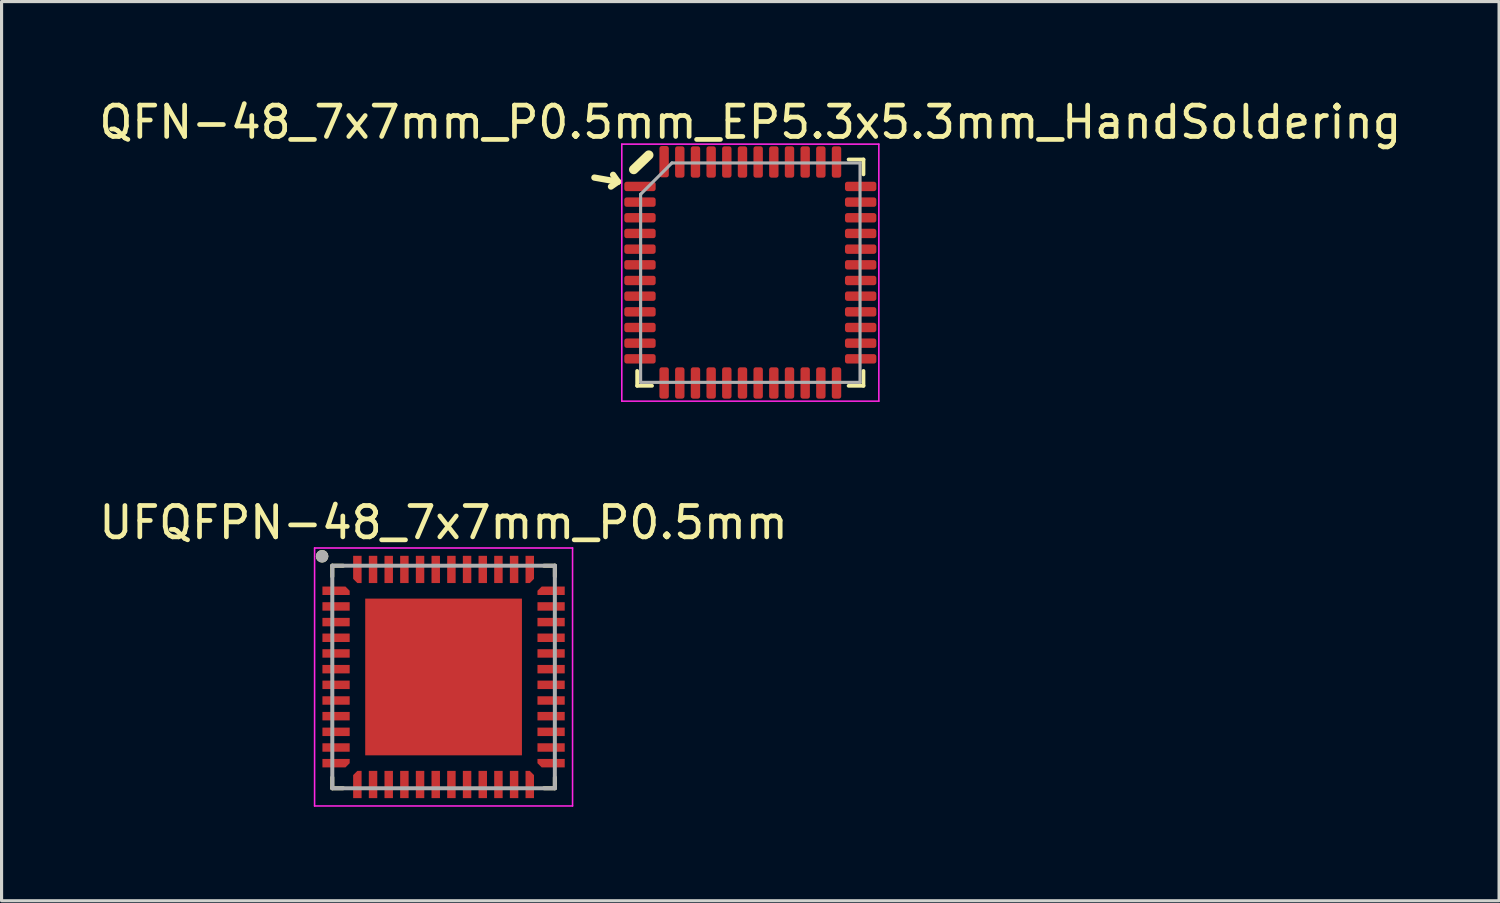
<source format=kicad_pcb>
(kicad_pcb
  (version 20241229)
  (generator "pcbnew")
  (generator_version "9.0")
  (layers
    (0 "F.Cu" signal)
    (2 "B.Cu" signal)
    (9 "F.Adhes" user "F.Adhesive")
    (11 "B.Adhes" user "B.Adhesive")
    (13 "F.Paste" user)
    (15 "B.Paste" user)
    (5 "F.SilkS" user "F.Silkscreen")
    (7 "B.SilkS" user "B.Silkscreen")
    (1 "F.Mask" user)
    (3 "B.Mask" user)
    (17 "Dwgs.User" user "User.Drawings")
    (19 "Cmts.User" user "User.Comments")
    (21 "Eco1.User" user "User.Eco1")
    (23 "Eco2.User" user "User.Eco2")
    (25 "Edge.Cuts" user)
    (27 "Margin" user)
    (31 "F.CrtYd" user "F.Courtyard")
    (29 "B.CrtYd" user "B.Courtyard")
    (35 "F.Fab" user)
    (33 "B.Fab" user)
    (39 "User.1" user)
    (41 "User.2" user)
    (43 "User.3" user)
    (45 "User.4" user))
  (footprint "QFN-48_7x7mm_P0.5mm_EP5.3x5.3mm_HandSoldering"
    (layer "F.Cu")
    (at 20.887 5.648)
    (property "Reference" "QFN-48_7x7mm_P0.5mm_EP5.3x5.3mm_HandSoldering" (at 0 -4.8 0) (layer "F.SilkS") (effects (font (size 1 1) (thickness 0.15))))
    (attr smd)
    (fp_line (start -3.61 3.61) (end -3.61 3.135) (stroke (width 0.12) (type solid)) (layer "F.SilkS"))
    (fp_line (start -3.24 -3.75) (end -3.72 -3.29) (stroke (width 0.3) (type solid)) (layer "F.SilkS"))
    (fp_line (start -3.135 3.61) (end -3.61 3.61) (stroke (width 0.12) (type solid)) (layer "F.SilkS"))
    (fp_line (start 3.135 -3.61) (end 3.61 -3.61) (stroke (width 0.12) (type solid)) (layer "F.SilkS"))
    (fp_line (start 3.135 3.61) (end 3.61 3.61) (stroke (width 0.12) (type solid)) (layer "F.SilkS"))
    (fp_line (start 3.61 -3.61) (end 3.61 -3.135) (stroke (width 0.12) (type solid)) (layer "F.SilkS"))
    (fp_line (start 3.61 3.61) (end 3.61 3.135) (stroke (width 0.12) (type solid)) (layer "F.SilkS"))
    (fp_line (start -4.1 -4.1) (end -4.1 4.1) (stroke (width 0.05) (type solid)) (layer "F.CrtYd"))
    (fp_line (start -4.1 4.1) (end 4.1 4.1) (stroke (width 0.05) (type solid)) (layer "F.CrtYd"))
    (fp_line (start 4.1 -4.1) (end -4.1 -4.1) (stroke (width 0.05) (type solid)) (layer "F.CrtYd"))
    (fp_line (start 4.1 4.1) (end 4.1 -4.1) (stroke (width 0.05) (type solid)) (layer "F.CrtYd"))
    (fp_line (start -3.5 -2.5) (end -2.5 -3.5) (stroke (width 0.1) (type solid)) (layer "F.Fab"))
    (fp_line (start -3.5 3.5) (end -3.5 -2.5) (stroke (width 0.1) (type solid)) (layer "F.Fab"))
    (fp_line (start -2.5 -3.5) (end 3.5 -3.5) (stroke (width 0.1) (type solid)) (layer "F.Fab"))
    (fp_line (start 3.5 -3.5) (end 3.5 3.5) (stroke (width 0.1) (type solid)) (layer "F.Fab"))
    (fp_line (start 3.5 3.5) (end -3.5 3.5) (stroke (width 0.1) (type solid)) (layer "F.Fab"))
    (fp_text user "↓" (at -4.8 -2.24 80) (layer "F.SilkS") (effects (font (size 1 1) (thickness 0.2)) (justify left)))
    (pad "1" smd roundrect (at -3.52 -2.75) (size 1 0.3) (layers "F.Cu" "F.Mask" "F.Paste") (roundrect_rratio 0.25))
    (pad "2" smd roundrect (at -3.52 -2.25) (size 1 0.3) (layers "F.Cu" "F.Mask" "F.Paste") (roundrect_rratio 0.25))
    (pad "3" smd roundrect (at -3.52 -1.75) (size 1 0.3) (layers "F.Cu" "F.Mask" "F.Paste") (roundrect_rratio 0.25))
    (pad "4" smd roundrect (at -3.52 -1.25) (size 1 0.3) (layers "F.Cu" "F.Mask" "F.Paste") (roundrect_rratio 0.25))
    (pad "5" smd roundrect (at -3.52 -0.75) (size 1 0.3) (layers "F.Cu" "F.Mask" "F.Paste") (roundrect_rratio 0.25))
    (pad "6" smd roundrect (at -3.52 -0.25) (size 1 0.3) (layers "F.Cu" "F.Mask" "F.Paste") (roundrect_rratio 0.25))
    (pad "7" smd roundrect (at -3.52 0.25) (size 1 0.3) (layers "F.Cu" "F.Mask" "F.Paste") (roundrect_rratio 0.25))
    (pad "8" smd roundrect (at -3.52 0.75) (size 1 0.3) (layers "F.Cu" "F.Mask" "F.Paste") (roundrect_rratio 0.25))
    (pad "9" smd roundrect (at -3.52 1.25) (size 1 0.3) (layers "F.Cu" "F.Mask" "F.Paste") (roundrect_rratio 0.25))
    (pad "10" smd roundrect (at -3.52 1.75) (size 1 0.3) (layers "F.Cu" "F.Mask" "F.Paste") (roundrect_rratio 0.25))
    (pad "11" smd roundrect (at -3.52 2.25) (size 1 0.3) (layers "F.Cu" "F.Mask" "F.Paste") (roundrect_rratio 0.25))
    (pad "12" smd roundrect (at -3.52 2.75) (size 1 0.3) (layers "F.Cu" "F.Mask" "F.Paste") (roundrect_rratio 0.25))
    (pad "13" smd roundrect (at -2.75 3.52) (size 0.3 1) (layers "F.Cu" "F.Mask" "F.Paste") (roundrect_rratio 0.25))
    (pad "14" smd roundrect (at -2.25 3.52) (size 0.3 1) (layers "F.Cu" "F.Mask" "F.Paste") (roundrect_rratio 0.25))
    (pad "15" smd roundrect (at -1.75 3.52) (size 0.3 1) (layers "F.Cu" "F.Mask" "F.Paste") (roundrect_rratio 0.25))
    (pad "16" smd roundrect (at -1.25 3.52) (size 0.3 1) (layers "F.Cu" "F.Mask" "F.Paste") (roundrect_rratio 0.25))
    (pad "17" smd roundrect (at -0.75 3.52) (size 0.3 1) (layers "F.Cu" "F.Mask" "F.Paste") (roundrect_rratio 0.25))
    (pad "18" smd roundrect (at -0.25 3.52) (size 0.3 1) (layers "F.Cu" "F.Mask" "F.Paste") (roundrect_rratio 0.25))
    (pad "19" smd roundrect (at 0.25 3.52) (size 0.3 1) (layers "F.Cu" "F.Mask" "F.Paste") (roundrect_rratio 0.25))
    (pad "20" smd roundrect (at 0.75 3.52) (size 0.3 1) (layers "F.Cu" "F.Mask" "F.Paste") (roundrect_rratio 0.25))
    (pad "21" smd roundrect (at 1.25 3.52) (size 0.3 1) (layers "F.Cu" "F.Mask" "F.Paste") (roundrect_rratio 0.25))
    (pad "22" smd roundrect (at 1.75 3.52) (size 0.3 1) (layers "F.Cu" "F.Mask" "F.Paste") (roundrect_rratio 0.25))
    (pad "23" smd roundrect (at 2.25 3.52) (size 0.3 1) (layers "F.Cu" "F.Mask" "F.Paste") (roundrect_rratio 0.25))
    (pad "24" smd roundrect (at 2.75 3.52) (size 0.3 1) (layers "F.Cu" "F.Mask" "F.Paste") (roundrect_rratio 0.25))
    (pad "25" smd roundrect (at 3.52 2.75) (size 1 0.3) (layers "F.Cu" "F.Mask" "F.Paste") (roundrect_rratio 0.25))
    (pad "26" smd roundrect (at 3.52 2.25) (size 1 0.3) (layers "F.Cu" "F.Mask" "F.Paste") (roundrect_rratio 0.25))
    (pad "27" smd roundrect (at 3.52 1.75) (size 1 0.3) (layers "F.Cu" "F.Mask" "F.Paste") (roundrect_rratio 0.25))
    (pad "28" smd roundrect (at 3.52 1.25) (size 1 0.3) (layers "F.Cu" "F.Mask" "F.Paste") (roundrect_rratio 0.25))
    (pad "29" smd roundrect (at 3.52 0.75) (size 1 0.3) (layers "F.Cu" "F.Mask" "F.Paste") (roundrect_rratio 0.25))
    (pad "30" smd roundrect (at 3.52 0.25) (size 1 0.3) (layers "F.Cu" "F.Mask" "F.Paste") (roundrect_rratio 0.25))
    (pad "31" smd roundrect (at 3.52 -0.25) (size 1 0.3) (layers "F.Cu" "F.Mask" "F.Paste") (roundrect_rratio 0.25))
    (pad "32" smd roundrect (at 3.52 -0.75) (size 1 0.3) (layers "F.Cu" "F.Mask" "F.Paste") (roundrect_rratio 0.25))
    (pad "33" smd roundrect (at 3.52 -1.25) (size 1 0.3) (layers "F.Cu" "F.Mask" "F.Paste") (roundrect_rratio 0.25))
    (pad "34" smd roundrect (at 3.52 -1.75) (size 1 0.3) (layers "F.Cu" "F.Mask" "F.Paste") (roundrect_rratio 0.25))
    (pad "35" smd roundrect (at 3.52 -2.25) (size 1 0.3) (layers "F.Cu" "F.Mask" "F.Paste") (roundrect_rratio 0.25))
    (pad "36" smd roundrect (at 3.52 -2.75) (size 1 0.3) (layers "F.Cu" "F.Mask" "F.Paste") (roundrect_rratio 0.25))
    (pad "37" smd roundrect (at 2.75 -3.53) (size 0.3 1) (layers "F.Cu" "F.Mask" "F.Paste") (roundrect_rratio 0.25))
    (pad "38" smd roundrect (at 2.25 -3.53) (size 0.3 1) (layers "F.Cu" "F.Mask" "F.Paste") (roundrect_rratio 0.25))
    (pad "39" smd roundrect (at 1.75 -3.53) (size 0.3 1) (layers "F.Cu" "F.Mask" "F.Paste") (roundrect_rratio 0.25))
    (pad "40" smd roundrect (at 1.25 -3.53) (size 0.3 1) (layers "F.Cu" "F.Mask" "F.Paste") (roundrect_rratio 0.25))
    (pad "41" smd roundrect (at 0.75 -3.53) (size 0.3 1) (layers "F.Cu" "F.Mask" "F.Paste") (roundrect_rratio 0.25))
    (pad "42" smd roundrect (at 0.25 -3.53) (size 0.3 1) (layers "F.Cu" "F.Mask" "F.Paste") (roundrect_rratio 0.25))
    (pad "43" smd roundrect (at -0.25 -3.53) (size 0.3 1) (layers "F.Cu" "F.Mask" "F.Paste") (roundrect_rratio 0.25))
    (pad "44" smd roundrect (at -0.75 -3.53) (size 0.3 1) (layers "F.Cu" "F.Mask" "F.Paste") (roundrect_rratio 0.25))
    (pad "45" smd roundrect (at -1.25 -3.53) (size 0.3 1) (layers "F.Cu" "F.Mask" "F.Paste") (roundrect_rratio 0.25))
    (pad "46" smd roundrect (at -1.75 -3.53) (size 0.3 1) (layers "F.Cu" "F.Mask" "F.Paste") (roundrect_rratio 0.25))
    (pad "47" smd roundrect (at -2.25 -3.53) (size 0.3 1) (layers "F.Cu" "F.Mask" "F.Paste") (roundrect_rratio 0.25))
    (pad "48" smd roundrect (at -2.75 -3.54) (size 0.3 1) (layers "F.Cu" "F.Mask" "F.Paste") (roundrect_rratio 0.25)))
  (footprint "UFQFPN-48_7x7mm_P0.5mm"
    (layer "F.Cu")
    (at 11.101 18.547)
    (property "Reference" "UFQFPN-48_7x7mm_P0.5mm" (at 0 -4.925 0) (layer "F.SilkS") (effects (font (size 1 1) (thickness 0.15))))
    (attr through_hole)
    (fp_line (start -3.55 -3.55) (end -3.55 -3.205) (stroke (width 0.127) (type solid)) (layer "F.SilkS"))
    (fp_line (start -3.55 -3.55) (end -3.205 -3.55) (stroke (width 0.127) (type solid)) (layer "F.SilkS"))
    (fp_line (start -3.55 3.55) (end -3.55 3.205) (stroke (width 0.127) (type solid)) (layer "F.SilkS"))
    (fp_line (start -3.55 3.55) (end -3.205 3.55) (stroke (width 0.127) (type solid)) (layer "F.SilkS"))
    (fp_line (start 3.55 -3.55) (end 3.205 -3.55) (stroke (width 0.127) (type solid)) (layer "F.SilkS"))
    (fp_line (start 3.55 -3.55) (end 3.55 -3.205) (stroke (width 0.127) (type solid)) (layer "F.SilkS"))
    (fp_line (start 3.55 3.55) (end 3.205 3.55) (stroke (width 0.127) (type solid)) (layer "F.SilkS"))
    (fp_line (start 3.55 3.55) (end 3.55 3.205) (stroke (width 0.127) (type solid)) (layer "F.SilkS"))
    (fp_circle (center -3.875 -3.85) (end -3.775 -3.85) (stroke (width 0.2) (type solid)) (fill no) (layer "F.SilkS"))
    (fp_poly (pts (xy -2.29 -2.29) (xy -0.51 -2.29) (xy -0.51 -0.51) (xy -2.29 -0.51)) (stroke (width 0.01) (type solid)) (fill yes) (layer "F.Paste"))
    (fp_poly (pts (xy -2.29 0.51) (xy -0.51 0.51) (xy -0.51 2.29) (xy -2.29 2.29)) (stroke (width 0.01) (type solid)) (fill yes) (layer "F.Paste"))
    (fp_poly (pts (xy 0.51 -2.29) (xy 2.29 -2.29) (xy 2.29 -0.51) (xy 0.51 -0.51)) (stroke (width 0.01) (type solid)) (fill yes) (layer "F.Paste"))
    (fp_poly (pts (xy 0.51 0.51) (xy 2.29 0.51) (xy 2.29 2.29) (xy 0.51 2.29)) (stroke (width 0.01) (type solid)) (fill yes) (layer "F.Paste"))
    (fp_line (start -4.115 -4.115) (end 4.115 -4.115) (stroke (width 0.05) (type solid)) (layer "F.CrtYd"))
    (fp_line (start -4.115 4.115) (end -4.115 -4.115) (stroke (width 0.05) (type solid)) (layer "F.CrtYd"))
    (fp_line (start -4.115 4.115) (end 4.115 4.115) (stroke (width 0.05) (type solid)) (layer "F.CrtYd"))
    (fp_line (start 4.115 4.115) (end 4.115 -4.115) (stroke (width 0.05) (type solid)) (layer "F.CrtYd"))
    (fp_line (start -3.55 3.55) (end -3.55 -3.55) (stroke (width 0.127) (type solid)) (layer "F.Fab"))
    (fp_line (start 3.55 -3.55) (end -3.55 -3.55) (stroke (width 0.127) (type solid)) (layer "F.Fab"))
    (fp_line (start 3.55 3.55) (end -3.55 3.55) (stroke (width 0.127) (type solid)) (layer "F.Fab"))
    (fp_line (start 3.55 3.55) (end 3.55 -3.55) (stroke (width 0.127) (type solid)) (layer "F.Fab"))
    (fp_circle (center -3.875 -3.85) (end -3.775 -3.85) (stroke (width 0.2) (type solid)) (fill no) (layer "F.Fab"))
    (pad "1" smd roundrect (at -3.43 -2.75) (size 0.87 0.27) (layers "F.Cu" "F.Mask" "F.Paste") (roundrect_rratio 0) (chamfer_ratio 0.5) (chamfer top_right))
    (pad "2" smd roundrect (at -3.43 -2.25) (size 0.87 0.27) (layers "F.Cu" "F.Mask" "F.Paste") (roundrect_rratio 0.03))
    (pad "3" smd roundrect (at -3.43 -1.75) (size 0.87 0.27) (layers "F.Cu" "F.Mask" "F.Paste") (roundrect_rratio 0.03))
    (pad "4" smd roundrect (at -3.43 -1.25) (size 0.87 0.27) (layers "F.Cu" "F.Mask" "F.Paste") (roundrect_rratio 0.03))
    (pad "5" smd roundrect (at -3.43 -0.75) (size 0.87 0.27) (layers "F.Cu" "F.Mask" "F.Paste") (roundrect_rratio 0.03))
    (pad "6" smd roundrect (at -3.43 -0.25) (size 0.87 0.27) (layers "F.Cu" "F.Mask" "F.Paste") (roundrect_rratio 0.03))
    (pad "7" smd roundrect (at -3.43 0.25) (size 0.87 0.27) (layers "F.Cu" "F.Mask" "F.Paste") (roundrect_rratio 0.03))
    (pad "8" smd roundrect (at -3.43 0.75) (size 0.87 0.27) (layers "F.Cu" "F.Mask" "F.Paste") (roundrect_rratio 0.03))
    (pad "9" smd roundrect (at -3.43 1.25) (size 0.87 0.27) (layers "F.Cu" "F.Mask" "F.Paste") (roundrect_rratio 0.03))
    (pad "10" smd roundrect (at -3.43 1.75) (size 0.87 0.27) (layers "F.Cu" "F.Mask" "F.Paste") (roundrect_rratio 0.03))
    (pad "11" smd roundrect (at -3.43 2.25) (size 0.87 0.27) (layers "F.Cu" "F.Mask" "F.Paste") (roundrect_rratio 0.03))
    (pad "12" smd roundrect (at -3.43 2.75) (size 0.87 0.27) (layers "F.Cu" "F.Mask" "F.Paste") (roundrect_rratio 0) (chamfer_ratio 0.5) (chamfer bottom_right))
    (pad "13" smd roundrect (at -2.75 3.43 90) (size 0.87 0.27) (layers "F.Cu" "F.Mask" "F.Paste") (roundrect_rratio 0) (chamfer_ratio 0.5) (chamfer top_right))
    (pad "14" smd roundrect (at -2.25 3.43 90) (size 0.87 0.27) (layers "F.Cu" "F.Mask" "F.Paste") (roundrect_rratio 0.03))
    (pad "15" smd roundrect (at -1.75 3.43 90) (size 0.87 0.27) (layers "F.Cu" "F.Mask" "F.Paste") (roundrect_rratio 0.03))
    (pad "16" smd roundrect (at -1.25 3.43 90) (size 0.87 0.27) (layers "F.Cu" "F.Mask" "F.Paste") (roundrect_rratio 0.03))
    (pad "17" smd roundrect (at -0.75 3.43 90) (size 0.87 0.27) (layers "F.Cu" "F.Mask" "F.Paste") (roundrect_rratio 0.03))
    (pad "18" smd roundrect (at -0.25 3.43 90) (size 0.87 0.27) (layers "F.Cu" "F.Mask" "F.Paste") (roundrect_rratio 0.03))
    (pad "19" smd roundrect (at 0.25 3.43 90) (size 0.87 0.27) (layers "F.Cu" "F.Mask" "F.Paste") (roundrect_rratio 0.03))
    (pad "20" smd roundrect (at 0.75 3.43 90) (size 0.87 0.27) (layers "F.Cu" "F.Mask" "F.Paste") (roundrect_rratio 0.03))
    (pad "21" smd roundrect (at 1.25 3.43 90) (size 0.87 0.27) (layers "F.Cu" "F.Mask" "F.Paste") (roundrect_rratio 0.03))
    (pad "22" smd roundrect (at 1.75 3.43 90) (size 0.87 0.27) (layers "F.Cu" "F.Mask" "F.Paste") (roundrect_rratio 0.03))
    (pad "23" smd roundrect (at 2.25 3.43 90) (size 0.87 0.27) (layers "F.Cu" "F.Mask" "F.Paste") (roundrect_rratio 0.03))
    (pad "24" smd roundrect (at 2.75 3.43 90) (size 0.87 0.27) (layers "F.Cu" "F.Mask" "F.Paste") (roundrect_rratio 0) (chamfer_ratio 0.5) (chamfer bottom_right))
    (pad "25" smd roundrect (at 3.43 2.75) (size 0.87 0.27) (layers "F.Cu" "F.Mask" "F.Paste") (roundrect_rratio 0) (chamfer_ratio 0.5) (chamfer bottom_left))
    (pad "26" smd roundrect (at 3.43 2.25) (size 0.87 0.27) (layers "F.Cu" "F.Mask" "F.Paste") (roundrect_rratio 0.03))
    (pad "27" smd roundrect (at 3.43 1.75) (size 0.87 0.27) (layers "F.Cu" "F.Mask" "F.Paste") (roundrect_rratio 0.03))
    (pad "28" smd roundrect (at 3.43 1.25) (size 0.87 0.27) (layers "F.Cu" "F.Mask" "F.Paste") (roundrect_rratio 0.03))
    (pad "29" smd roundrect (at 3.43 0.75) (size 0.87 0.27) (layers "F.Cu" "F.Mask" "F.Paste") (roundrect_rratio 0.03))
    (pad "30" smd roundrect (at 3.43 0.25) (size 0.87 0.27) (layers "F.Cu" "F.Mask" "F.Paste") (roundrect_rratio 0.03))
    (pad "31" smd roundrect (at 3.43 -0.25) (size 0.87 0.27) (layers "F.Cu" "F.Mask" "F.Paste") (roundrect_rratio 0.03))
    (pad "32" smd roundrect (at 3.43 -0.75) (size 0.87 0.27) (layers "F.Cu" "F.Mask" "F.Paste") (roundrect_rratio 0.03))
    (pad "33" smd roundrect (at 3.43 -1.25) (size 0.87 0.27) (layers "F.Cu" "F.Mask" "F.Paste") (roundrect_rratio 0.03))
    (pad "34" smd roundrect (at 3.43 -1.75) (size 0.87 0.27) (layers "F.Cu" "F.Mask" "F.Paste") (roundrect_rratio 0.03))
    (pad "35" smd roundrect (at 3.43 -2.25) (size 0.87 0.27) (layers "F.Cu" "F.Mask" "F.Paste") (roundrect_rratio 0.03))
    (pad "36" smd roundrect (at 3.43 -2.75) (size 0.87 0.27) (layers "F.Cu" "F.Mask" "F.Paste") (roundrect_rratio 0) (chamfer_ratio 0.5) (chamfer top_left))
    (pad "37" smd roundrect (at 2.75 -3.43 90) (size 0.87 0.27) (layers "F.Cu" "F.Mask" "F.Paste") (roundrect_rratio 0) (chamfer_ratio 0.5) (chamfer bottom_left))
    (pad "38" smd roundrect (at 2.25 -3.43 90) (size 0.87 0.27) (layers "F.Cu" "F.Mask" "F.Paste") (roundrect_rratio 0.03))
    (pad "39" smd roundrect (at 1.75 -3.43 90) (size 0.87 0.27) (layers "F.Cu" "F.Mask" "F.Paste") (roundrect_rratio 0.03))
    (pad "40" smd roundrect (at 1.25 -3.43 90) (size 0.87 0.27) (layers "F.Cu" "F.Mask" "F.Paste") (roundrect_rratio 0.03))
    (pad "41" smd roundrect (at 0.75 -3.43 90) (size 0.87 0.27) (layers "F.Cu" "F.Mask" "F.Paste") (roundrect_rratio 0.03))
    (pad "42" smd roundrect (at 0.25 -3.43 90) (size 0.87 0.27) (layers "F.Cu" "F.Mask" "F.Paste") (roundrect_rratio 0.03))
    (pad "43" smd roundrect (at -0.25 -3.43 90) (size 0.87 0.27) (layers "F.Cu" "F.Mask" "F.Paste") (roundrect_rratio 0.03))
    (pad "44" smd roundrect (at -0.75 -3.43 90) (size 0.87 0.27) (layers "F.Cu" "F.Mask" "F.Paste") (roundrect_rratio 0.03))
    (pad "45" smd roundrect (at -1.25 -3.43 90) (size 0.87 0.27) (layers "F.Cu" "F.Mask" "F.Paste") (roundrect_rratio 0.03))
    (pad "46" smd roundrect (at -1.75 -3.43 90) (size 0.87 0.27) (layers "F.Cu" "F.Mask" "F.Paste") (roundrect_rratio 0.03))
    (pad "47" smd roundrect (at -2.25 -3.43 90) (size 0.87 0.27) (layers "F.Cu" "F.Mask" "F.Paste") (roundrect_rratio 0.03))
    (pad "48" smd roundrect (at -2.75 -3.43 90) (size 0.87 0.27) (layers "F.Cu" "F.Mask" "F.Paste") (roundrect_rratio 0) (chamfer_ratio 0.5) (chamfer top_left))
    (pad "49" smd rect (at 0 0) (size 5 5) (layers "F.Cu" "F.Mask")))
  (gr_rect
    (start -3 -3)
    (end 44.774 25.686)
    (stroke (width 0.1) (type default))
    (fill no)
    (layer "Edge.Cuts")))
</source>
